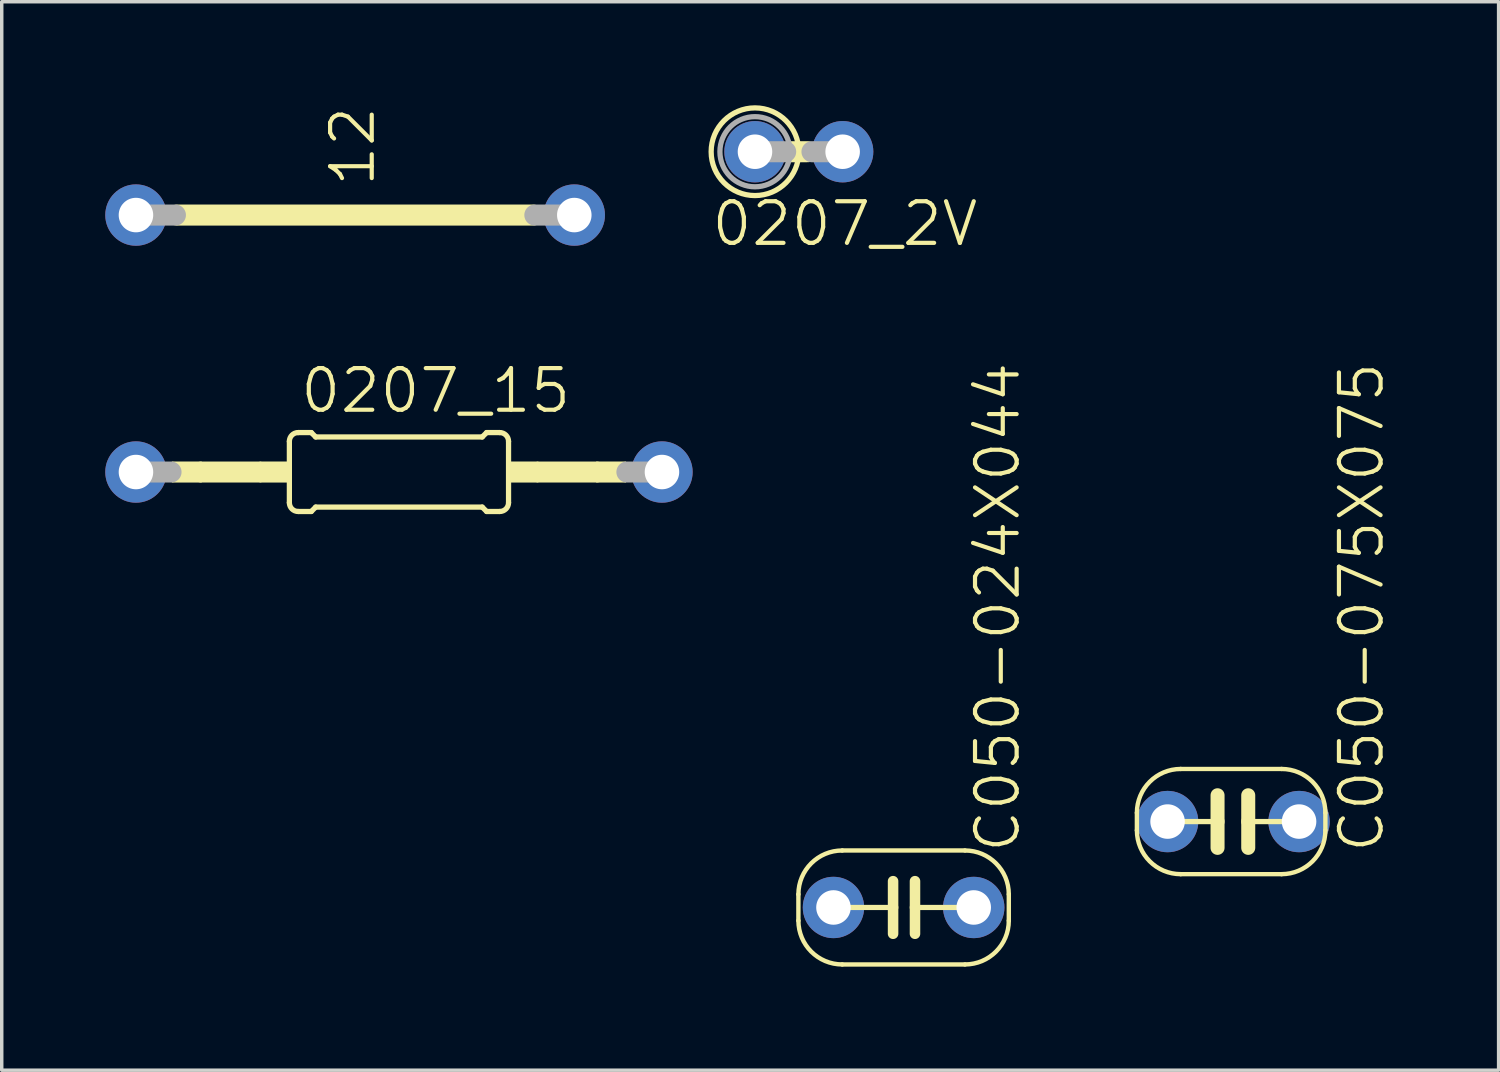
<source format=kicad_pcb>
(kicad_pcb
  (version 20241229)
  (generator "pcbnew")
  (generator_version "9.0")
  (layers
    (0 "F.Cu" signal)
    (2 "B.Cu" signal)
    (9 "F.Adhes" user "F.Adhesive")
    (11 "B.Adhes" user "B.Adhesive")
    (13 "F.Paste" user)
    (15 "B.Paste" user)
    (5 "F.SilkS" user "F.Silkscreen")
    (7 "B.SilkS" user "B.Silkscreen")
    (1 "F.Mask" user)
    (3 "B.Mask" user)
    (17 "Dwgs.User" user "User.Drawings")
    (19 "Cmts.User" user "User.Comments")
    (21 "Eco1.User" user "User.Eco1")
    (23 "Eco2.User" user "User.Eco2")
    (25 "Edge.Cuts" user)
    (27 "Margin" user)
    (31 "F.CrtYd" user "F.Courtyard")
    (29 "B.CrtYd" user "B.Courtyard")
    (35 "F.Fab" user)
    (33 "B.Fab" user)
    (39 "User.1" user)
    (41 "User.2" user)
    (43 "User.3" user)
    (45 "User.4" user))
  (footprint "C050-075X075"
    (layer "F.Cu")
    (at 32.683 20.753)
    (property "Reference" "C050-075X075" (at 4.42 0.965 270) (layer "F.SilkS") (effects (font (size 1.206 1.206) (thickness 0.121)) (justify left bottom)))
    (attr through_hole)
    (fp_line (start -2.794 -0.254) (end -2.794 0.254) (stroke (width 0.127) (type solid)) (layer "F.SilkS"))
    (fp_line (start -1.905 0) (end -0.457 0) (stroke (width 0.152) (type solid)) (layer "F.SilkS"))
    (fp_line (start -1.524 1.524) (end 1.397 1.524) (stroke (width 0.127) (type solid)) (layer "F.SilkS"))
    (fp_line (start -0.457 0) (end -0.457 -0.762) (stroke (width 0.406) (type solid)) (layer "F.SilkS"))
    (fp_line (start -0.457 0) (end -0.457 0.762) (stroke (width 0.406) (type solid)) (layer "F.SilkS"))
    (fp_line (start 0.432 -0.762) (end 0.432 0) (stroke (width 0.406) (type solid)) (layer "F.SilkS"))
    (fp_line (start 0.432 0) (end 0.432 0.762) (stroke (width 0.406) (type solid)) (layer "F.SilkS"))
    (fp_line (start 0.432 0) (end 1.905 0) (stroke (width 0.152) (type solid)) (layer "F.SilkS"))
    (fp_line (start 1.397 -1.524) (end -1.524 -1.524) (stroke (width 0.127) (type solid)) (layer "F.SilkS"))
    (fp_line (start 2.667 0.254) (end 2.667 -0.254) (stroke (width 0.127) (type solid)) (layer "F.SilkS"))
    (fp_arc (start -2.794001 -0.253999) (mid -2.422026 -1.152025) (end -1.524 -1.524) (stroke (width 0.127) (type solid)) (layer "F.SilkS"))
    (fp_arc (start -1.523999 1.523999) (mid -2.422025 1.152025) (end -2.794 0.254) (stroke (width 0.127) (type solid)) (layer "F.SilkS"))
    (fp_arc (start 1.396999 -1.523999) (mid 2.295025 -1.152025) (end 2.667 -0.254) (stroke (width 0.127) (type solid)) (layer "F.SilkS"))
    (fp_arc (start 2.667001 0.253999) (mid 2.295026 1.152025) (end 1.397 1.524) (stroke (width 0.127) (type solid)) (layer "F.SilkS"))
    (pad "1" thru_hole circle (at -1.905 0) (size 1.778 1.778) (drill 1) (layers "*.Cu" "*.Mask"))
    (pad "2" thru_hole circle (at 1.905 0) (size 1.778 1.778) (drill 1) (layers "*.Cu" "*.Mask")))
  (footprint "C050-024X044"
    (layer "F.Cu")
    (at 23.13 23.242)
    (property "Reference" "C050-024X044" (at 3.429 -1.524 270) (layer "F.SilkS") (effects (font (size 1.206 1.206) (thickness 0.121)) (justify left bottom)))
    (attr through_hole)
    (fp_line (start -3.048 0.381) (end -3.048 -0.381) (stroke (width 0.127) (type solid)) (layer "F.SilkS"))
    (fp_line (start -2.032 0) (end -0.305 0) (stroke (width 0.152) (type solid)) (layer "F.SilkS"))
    (fp_line (start -1.778 -1.651) (end 1.778 -1.651) (stroke (width 0.127) (type solid)) (layer "F.SilkS"))
    (fp_line (start -0.305 -0.762) (end -0.305 0) (stroke (width 0.305) (type solid)) (layer "F.SilkS"))
    (fp_line (start -0.305 0) (end -0.305 0.762) (stroke (width 0.305) (type solid)) (layer "F.SilkS"))
    (fp_line (start 0.33 -0.762) (end 0.33 0) (stroke (width 0.305) (type solid)) (layer "F.SilkS"))
    (fp_line (start 0.33 0) (end 0.33 0.762) (stroke (width 0.305) (type solid)) (layer "F.SilkS"))
    (fp_line (start 1.778 1.651) (end -1.778 1.651) (stroke (width 0.127) (type solid)) (layer "F.SilkS"))
    (fp_line (start 2.032 0) (end 0.33 0) (stroke (width 0.152) (type solid)) (layer "F.SilkS"))
    (fp_line (start 3.048 -0.381) (end 3.048 0.381) (stroke (width 0.127) (type solid)) (layer "F.SilkS"))
    (fp_arc (start -3.048 -0.381) (mid -2.676025 -1.279025) (end -1.777999 -1.650999) (stroke (width 0.127) (type solid)) (layer "F.SilkS"))
    (fp_arc (start -1.778 1.651) (mid -2.676026 1.279025) (end -3.048001 0.380999) (stroke (width 0.127) (type solid)) (layer "F.SilkS"))
    (fp_arc (start 1.778 -1.651) (mid 2.676026 -1.279025) (end 3.048001 -0.380999) (stroke (width 0.127) (type solid)) (layer "F.SilkS"))
    (fp_arc (start 3.048 0.381) (mid 2.676025 1.279025) (end 1.777999 1.650999) (stroke (width 0.127) (type solid)) (layer "F.SilkS"))
    (pad "1" thru_hole circle (at -2.032 0) (size 1.778 1.778) (drill 1) (layers "*.Cu" "*.Mask"))
    (pad "2" thru_hole circle (at 2.032 0) (size 1.778 1.778) (drill 1) (layers "*.Cu" "*.Mask")))
  (footprint "0207_2V"
    (layer "F.Cu")
    (at 20.094 1.346)
    (property "Reference" "0207_2V" (at -2.591 2.794 180) (layer "F.SilkS") (effects (font (size 1.206 1.206) (thickness 0.121)) (justify left bottom)))
    (attr through_hole)
    (fp_line (start -0.254 0) (end 0.254 0) (stroke (width 0.61) (type solid)) (layer "F.SilkS"))
    (fp_circle (center -1.27 0) (end 0 0) (stroke (width 0.152) (type solid)) (fill no) (layer "F.SilkS"))
    (fp_line (start -1.27 0) (end -0.381 0) (stroke (width 0.61) (type solid)) (layer "F.Fab"))
    (fp_line (start 0.381 0) (end 1.27 0) (stroke (width 0.61) (type solid)) (layer "F.Fab"))
    (fp_circle (center -1.27 0) (end -0.254 0) (stroke (width 0.152) (type solid)) (fill no) (layer "F.Fab"))
    (pad "1" thru_hole circle (at -1.27 0) (size 1.778 1.778) (drill 1) (layers "*.Cu" "*.Mask"))
    (pad "2" thru_hole circle (at 1.27 0) (size 1.778 1.778) (drill 1) (layers "*.Cu" "*.Mask")))
  (footprint "0207_15"
    (layer "F.Cu")
    (at 8.509 10.626)
    (property "Reference" "0207_15" (at -2.921 -1.651 0) (layer "F.SilkS") (effects (font (size 1.206 1.206) (thickness 0.121)) (justify left bottom)))
    (attr through_hole)
    (fp_line (start -5.715 0) (end -4.064 0) (stroke (width 0.61) (type solid)) (layer "F.SilkS"))
    (fp_line (start -3.175 0.889) (end -3.175 -0.889) (stroke (width 0.152) (type solid)) (layer "F.SilkS"))
    (fp_line (start -2.921 -1.143) (end -2.54 -1.143) (stroke (width 0.152) (type solid)) (layer "F.SilkS"))
    (fp_line (start -2.921 1.143) (end -2.54 1.143) (stroke (width 0.152) (type solid)) (layer "F.SilkS"))
    (fp_line (start -2.413 -1.016) (end -2.54 -1.143) (stroke (width 0.152) (type solid)) (layer "F.SilkS"))
    (fp_line (start -2.413 1.016) (end -2.54 1.143) (stroke (width 0.152) (type solid)) (layer "F.SilkS"))
    (fp_line (start 2.413 -1.016) (end -2.413 -1.016) (stroke (width 0.152) (type solid)) (layer "F.SilkS"))
    (fp_line (start 2.413 -1.016) (end 2.54 -1.143) (stroke (width 0.152) (type solid)) (layer "F.SilkS"))
    (fp_line (start 2.413 1.016) (end -2.413 1.016) (stroke (width 0.152) (type solid)) (layer "F.SilkS"))
    (fp_line (start 2.413 1.016) (end 2.54 1.143) (stroke (width 0.152) (type solid)) (layer "F.SilkS"))
    (fp_line (start 2.921 -1.143) (end 2.54 -1.143) (stroke (width 0.152) (type solid)) (layer "F.SilkS"))
    (fp_line (start 2.921 1.143) (end 2.54 1.143) (stroke (width 0.152) (type solid)) (layer "F.SilkS"))
    (fp_line (start 3.175 0.889) (end 3.175 -0.889) (stroke (width 0.152) (type solid)) (layer "F.SilkS"))
    (fp_line (start 5.715 0) (end 4.064 0) (stroke (width 0.61) (type solid)) (layer "F.SilkS"))
    (fp_arc (start -3.175 -0.889) (mid -3.100605 -1.068605) (end -2.921 -1.143) (stroke (width 0.1524) (type solid)) (layer "F.SilkS"))
    (fp_arc (start -2.921 1.143) (mid -3.100605 1.068605) (end -3.175 0.889) (stroke (width 0.1524) (type solid)) (layer "F.SilkS"))
    (fp_arc (start 2.921 -1.143) (mid 3.100605 -1.068605) (end 3.175 -0.889) (stroke (width 0.1524) (type solid)) (layer "F.SilkS"))
    (fp_arc (start 3.175 0.889) (mid 3.100605 1.068605) (end 2.921 1.143) (stroke (width 0.1524) (type solid)) (layer "F.SilkS"))
    (fp_poly (pts (xy -6.579 0.305) (xy -5.715 0.305) (xy -5.715 -0.305) (xy -6.579 -0.305)) (stroke (width 0) (type solid)) (fill yes) (layer "F.SilkS"))
    (fp_poly (pts (xy -4.039 0.305) (xy -3.175 0.305) (xy -3.175 -0.305) (xy -4.039 -0.305)) (stroke (width 0) (type solid)) (fill yes) (layer "F.SilkS"))
    (fp_poly (pts (xy 3.175 0.305) (xy 4.039 0.305) (xy 4.039 -0.305) (xy 3.175 -0.305)) (stroke (width 0) (type solid)) (fill yes) (layer "F.SilkS"))
    (fp_poly (pts (xy 5.715 0.305) (xy 6.579 0.305) (xy 6.579 -0.305) (xy 5.715 -0.305)) (stroke (width 0) (type solid)) (fill yes) (layer "F.SilkS"))
    (fp_line (start -7.62 0) (end -6.604 0) (stroke (width 0.61) (type solid)) (layer "F.Fab"))
    (fp_line (start 7.62 0) (end 6.604 0) (stroke (width 0.61) (type solid)) (layer "F.Fab"))
    (pad "1" thru_hole circle (at -7.62 0) (size 1.778 1.778) (drill 1) (layers "*.Cu" "*.Mask"))
    (pad "2" thru_hole circle (at 7.62 0) (size 1.778 1.778) (drill 1) (layers "*.Cu" "*.Mask")))
  (footprint "12"
    (layer "F.Cu")
    (at 7.239 3.181)
    (property "Reference" "12" (at 0.635 -0.762 90) (layer "F.SilkS") (effects (font (size 1.206 1.206) (thickness 0.121)) (justify left bottom)))
    (attr through_hole)
    (fp_line (start -5.156 0) (end 5.156 0) (stroke (width 0.61) (type solid)) (layer "F.SilkS"))
    (fp_line (start -6.35 0) (end -5.207 0) (stroke (width 0.61) (type solid)) (layer "F.Fab"))
    (fp_line (start 6.35 0) (end 5.207 0) (stroke (width 0.61) (type solid)) (layer "F.Fab"))
    (pad "1" thru_hole circle (at -6.35 0) (size 1.778 1.778) (drill 1) (layers "*.Cu" "*.Mask"))
    (pad "2" thru_hole circle (at 6.35 0) (size 1.778 1.778) (drill 1) (layers "*.Cu" "*.Mask")))
  (gr_rect
    (start -3 -3)
    (end 40.369 27.957)
    (stroke (width 0.1) (type default))
    (fill no)
    (layer "Edge.Cuts")))
</source>
